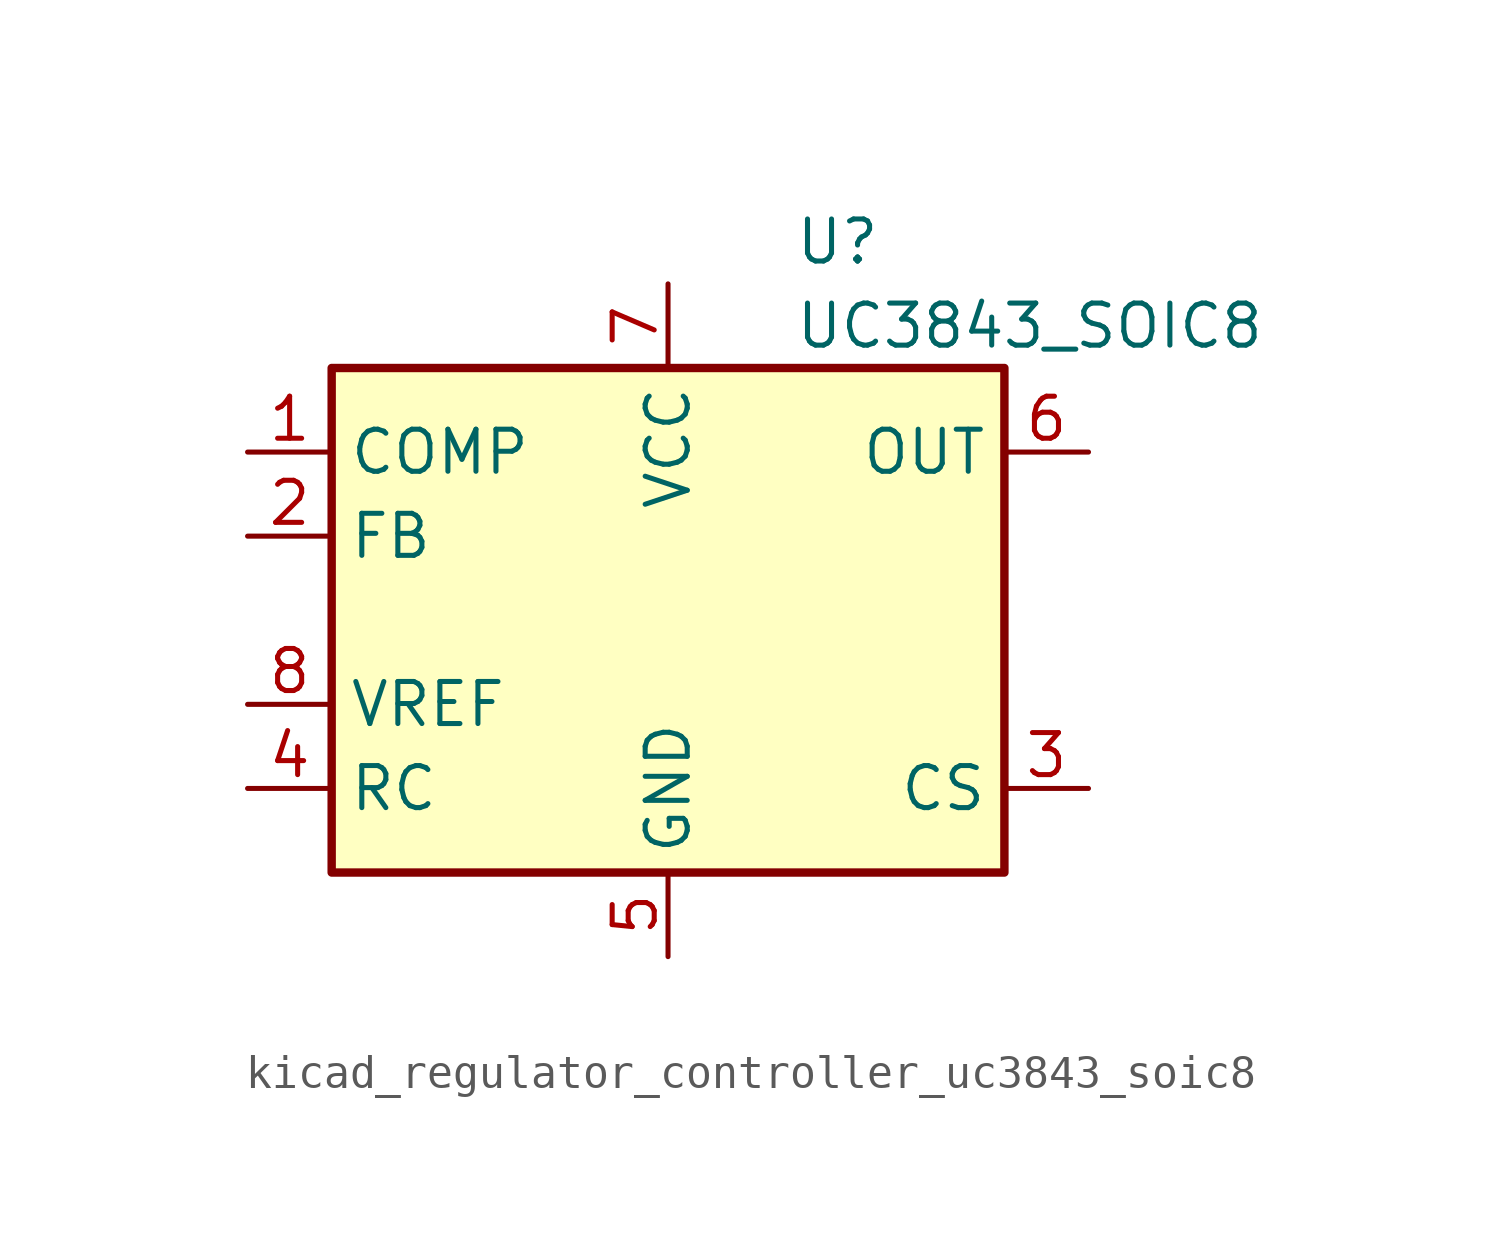
<source format=kicad_sym>
(kicad_symbol_lib
  (version 20220914)
  (generator kicad_symbol_editor)
  (symbol "kicad_regulator_controller_uc3843_soic8"
    (property "Reference" "U"
      (at 3.81 11.43 0)
      (effects (font (size 1.27 1.27)) (justify left)))
    (property "Value" "UC3843_SOIC8"
      (at 3.81 8.89 0)
      (effects (font (size 1.27 1.27)) (justify left)))
    (symbol "kicad_regulator_controller_uc3843_soic8_0_1"
      (rectangle (start -10.16 -7.62) (end 10.16 7.62) (stroke (width 0.254) (type default)) (fill (type background))))
    (symbol "kicad_regulator_controller_uc3843_soic8_1_1"
      (pin passive line (at -12.7 5.08 0) (length 2.54) (name "COMP" (effects (font (size 1.27 1.27)))) (number "1" (effects (font (size 1.27 1.27)))))
      (pin input line (at -12.7 2.54 0) (length 2.54) (name "FB" (effects (font (size 1.27 1.27)))) (number "2" (effects (font (size 1.27 1.27)))))
      (pin input line (at 12.7 -5.08 180) (length 2.54) (name "CS" (effects (font (size 1.27 1.27)))) (number "3" (effects (font (size 1.27 1.27)))))
      (pin passive line (at -12.7 -5.08 0) (length 2.54) (name "RC" (effects (font (size 1.27 1.27)))) (number "4" (effects (font (size 1.27 1.27)))))
      (pin power_in line (at 0 -10.16 90) (length 2.54) (name "GND" (effects (font (size 1.27 1.27)))) (number "5" (effects (font (size 1.27 1.27)))))
      (pin output line (at 12.7 5.08 180) (length 2.54) (name "OUT" (effects (font (size 1.27 1.27)))) (number "6" (effects (font (size 1.27 1.27)))))
      (pin power_in line (at 0 10.16 270) (length 2.54) (name "VCC" (effects (font (size 1.27 1.27)))) (number "7" (effects (font (size 1.27 1.27)))))
      (pin power_out line (at -12.7 -2.54 0) (length 2.54) (name "VREF" (effects (font (size 1.27 1.27)))) (number "8" (effects (font (size 1.27 1.27))))))))
</source>
